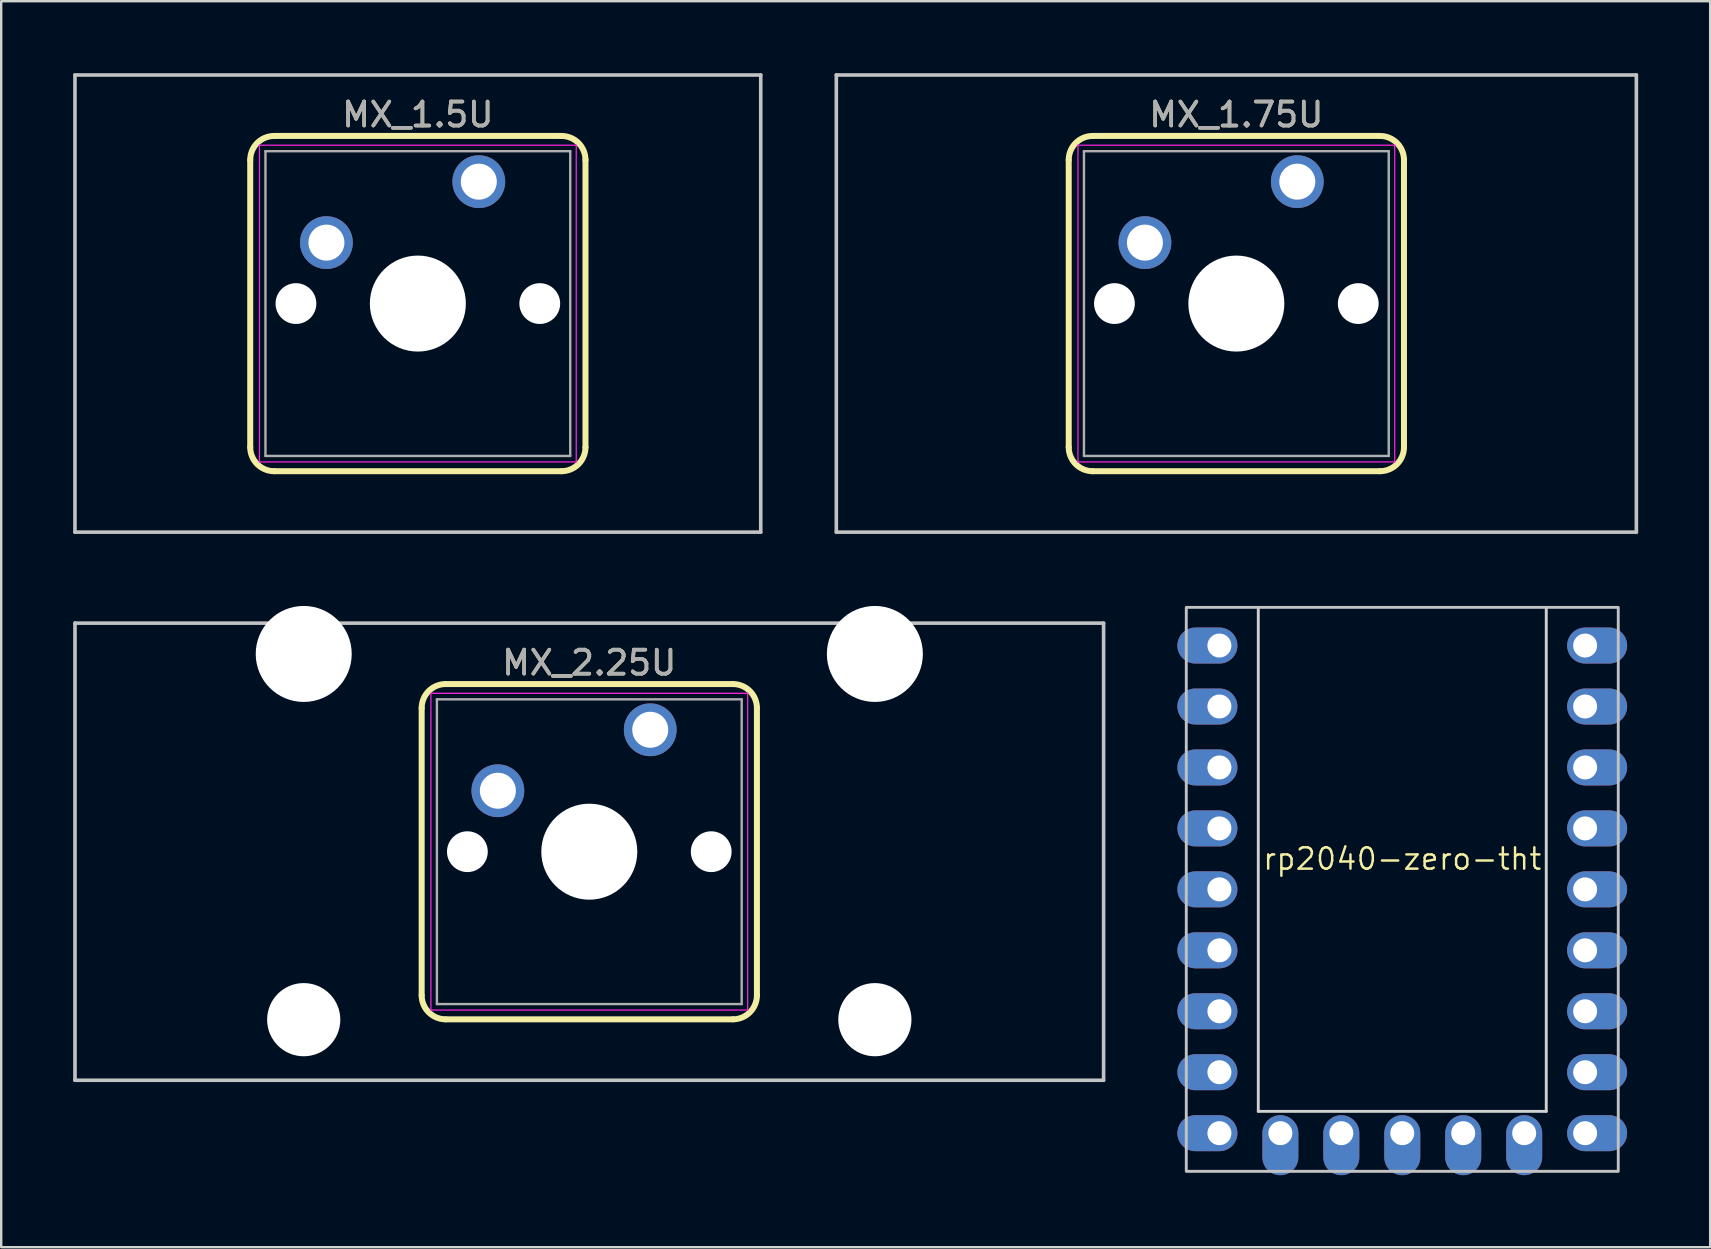
<source format=kicad_pcb>
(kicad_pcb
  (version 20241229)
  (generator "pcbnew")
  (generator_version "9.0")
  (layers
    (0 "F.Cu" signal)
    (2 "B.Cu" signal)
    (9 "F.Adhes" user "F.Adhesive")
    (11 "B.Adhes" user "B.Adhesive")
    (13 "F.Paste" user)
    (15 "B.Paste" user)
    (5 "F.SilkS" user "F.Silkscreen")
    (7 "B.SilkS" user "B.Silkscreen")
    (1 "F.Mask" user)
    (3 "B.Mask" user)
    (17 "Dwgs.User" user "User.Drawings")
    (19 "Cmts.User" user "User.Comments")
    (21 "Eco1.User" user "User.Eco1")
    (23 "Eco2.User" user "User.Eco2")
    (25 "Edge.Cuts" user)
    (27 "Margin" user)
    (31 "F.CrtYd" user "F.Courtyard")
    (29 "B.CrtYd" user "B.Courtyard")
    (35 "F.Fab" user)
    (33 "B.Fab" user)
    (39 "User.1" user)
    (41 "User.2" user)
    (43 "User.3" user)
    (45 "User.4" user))
  (footprint "MX_1.75U"
    (layer "F.Cu")
    (at 51.009 4.52)
    (property "Reference" "MX_1.75U" (at -2.54 -2.794 0) (layer "F.SilkS") (effects (font (size 1 1) (thickness 0.15))))
    (attr through_hole)
    (fp_line (start -9.525 11.065) (end -9.525 -0.905) (stroke (width 0.25) (type default)) (layer "F.SilkS"))
    (fp_line (start -8.525 -1.905) (end 3.445 -1.905) (stroke (width 0.25) (type default)) (layer "F.SilkS"))
    (fp_line (start 3.445 12.065) (end -8.525 12.065) (stroke (width 0.25) (type default)) (layer "F.SilkS"))
    (fp_line (start 4.445 -0.905) (end 4.445 11.065) (stroke (width 0.25) (type default)) (layer "F.SilkS"))
    (fp_arc (start -9.525 -0.905) (mid -9.232107 -1.612107) (end -8.525 -1.905) (stroke (width 0.25) (type default)) (layer "F.SilkS"))
    (fp_arc (start -8.525 12.065) (mid -9.232107 11.772107) (end -9.525 11.065) (stroke (width 0.25) (type default)) (layer "F.SilkS"))
    (fp_arc (start 3.445 -1.905) (mid 4.152107 -1.612107) (end 4.445 -0.905) (stroke (width 0.25) (type default)) (layer "F.SilkS"))
    (fp_arc (start 4.445 11.065) (mid 4.152107 11.772107) (end 3.445 12.065) (stroke (width 0.25) (type default)) (layer "F.SilkS"))
    (fp_line (start -19.209 -4.445) (end 14.129 -4.445) (stroke (width 0.15) (type solid)) (layer "Dwgs.User"))
    (fp_line (start -19.209 14.605) (end -19.209 -4.445) (stroke (width 0.15) (type solid)) (layer "Dwgs.User"))
    (fp_line (start 14.129 -4.445) (end 14.129 14.605) (stroke (width 0.15) (type solid)) (layer "Dwgs.User"))
    (fp_line (start 14.129 14.605) (end -19.209 14.605) (stroke (width 0.15) (type solid)) (layer "Dwgs.User"))
    (fp_line (start -9.14 -1.52) (end 4.06 -1.52) (stroke (width 0.05) (type solid)) (layer "F.CrtYd"))
    (fp_line (start -9.14 11.68) (end -9.14 -1.52) (stroke (width 0.05) (type solid)) (layer "F.CrtYd"))
    (fp_line (start 4.06 -1.52) (end 4.06 11.68) (stroke (width 0.05) (type solid)) (layer "F.CrtYd"))
    (fp_line (start 4.06 11.68) (end -9.14 11.68) (stroke (width 0.05) (type solid)) (layer "F.CrtYd"))
    (fp_line (start -8.89 -1.27) (end 3.81 -1.27) (stroke (width 0.1) (type solid)) (layer "F.Fab"))
    (fp_line (start -8.89 11.43) (end -8.89 -1.27) (stroke (width 0.1) (type solid)) (layer "F.Fab"))
    (fp_line (start 3.81 -1.27) (end 3.81 11.43) (stroke (width 0.1) (type solid)) (layer "F.Fab"))
    (fp_line (start 3.81 11.43) (end -8.89 11.43) (stroke (width 0.1) (type solid)) (layer "F.Fab"))
    (fp_text user "${REFERENCE}" (at -2.54 -2.794 0) (layer "F.Fab") (effects (font (size 1 1) (thickness 0.15))))
    (pad "" np_thru_hole circle (at -7.62 5.08) (size 1.7 1.7) (drill 1.7) (layers "*.Cu" "*.Mask"))
    (pad "" np_thru_hole circle (at -2.54 5.08) (size 4 4) (drill 4) (layers "*.Cu" "*.Mask"))
    (pad "" np_thru_hole circle (at 2.54 5.08) (size 1.7 1.7) (drill 1.7) (layers "*.Cu" "*.Mask"))
    (pad "1" thru_hole circle (at 0 0) (size 2.2 2.2) (drill 1.5) (layers "*.Cu" "*.Mask"))
    (pad "2" thru_hole circle (at -6.35 2.54) (size 2.2 2.2) (drill 1.5) (layers "*.Cu" "*.Mask")))
  (footprint "rp2040-zero-tht"
    (layer "F.Cu")
    (at 55.383 34.01)
    (property "Reference" "rp2040-zero-tht" (at 0 -1.27 0) (layer "F.SilkS") (effects (font (size 0.889 0.889) (thickness 0.102))))
    (attr through_hole exclude_from_pos_files)
    (fp_rect (start -9 -11.75) (end 9 11.75) (stroke (width 0.12) (type solid)) (fill no) (layer "Dwgs.User"))
    (fp_line (start -6 -11.75) (end -6 9.25) (stroke (width 0.12) (type solid)) (layer "Edge.Cuts"))
    (fp_line (start -6 9.25) (end 6 9.25) (stroke (width 0.12) (type solid)) (layer "Edge.Cuts"))
    (fp_line (start 6 9.25) (end 6 -11.75) (stroke (width 0.12) (type solid)) (layer "Edge.Cuts"))
    (pad "1" thru_hole oval (at 7.62 -10.16 180) (size 2.5 1.5) (drill 1 (offset -0.5 0)) (layers "*.Cu" "*.Mask"))
    (pad "2" thru_hole oval (at 7.62 -7.62 180) (size 2.5 1.5) (drill 1 (offset -0.5 0)) (layers "*.Cu" "*.Mask"))
    (pad "3" thru_hole oval (at 7.62 -5.08 180) (size 2.5 1.5) (drill 1 (offset -0.5 0)) (layers "*.Cu" "*.Mask"))
    (pad "4" thru_hole oval (at 7.62 -2.54 180) (size 2.5 1.5) (drill 1 (offset -0.5 0)) (layers "*.Cu" "*.Mask"))
    (pad "5" thru_hole oval (at 7.62 0 180) (size 2.5 1.5) (drill 1 (offset -0.5 0)) (layers "*.Cu" "*.Mask"))
    (pad "6" thru_hole oval (at 7.62 2.54 180) (size 2.5 1.5) (drill 1 (offset -0.5 0)) (layers "*.Cu" "*.Mask"))
    (pad "7" thru_hole oval (at 7.62 5.08 180) (size 2.5 1.5) (drill 1 (offset -0.5 0)) (layers "*.Cu" "*.Mask"))
    (pad "8" thru_hole oval (at 7.62 7.62 180) (size 2.5 1.5) (drill 1 (offset -0.5 0)) (layers "*.Cu" "*.Mask"))
    (pad "9" thru_hole oval (at 7.62 10.16 180) (size 2.5 1.5) (drill 1 (offset -0.5 0)) (layers "*.Cu" "*.Mask"))
    (pad "10" thru_hole oval (at 5.08 10.16 90) (size 2.5 1.5) (drill 1 (offset -0.5 0)) (layers "*.Cu" "*.Mask"))
    (pad "11" thru_hole oval (at 2.54 10.16 90) (size 2.5 1.5) (drill 1 (offset -0.5 0)) (layers "*.Cu" "*.Mask"))
    (pad "12" thru_hole oval (at 0 10.16 90) (size 2.5 1.5) (drill 1 (offset -0.5 0)) (layers "*.Cu" "*.Mask"))
    (pad "13" thru_hole oval (at -2.54 10.16 90) (size 2.5 1.5) (drill 1 (offset -0.5 0)) (layers "*.Cu" "*.Mask"))
    (pad "14" thru_hole oval (at -5.08 10.16 90) (size 2.5 1.5) (drill 1 (offset -0.5 0)) (layers "*.Cu" "*.Mask"))
    (pad "15" thru_hole oval (at -7.62 10.16) (size 2.5 1.5) (drill 1 (offset -0.5 0)) (layers "*.Cu" "*.Mask"))
    (pad "16" thru_hole oval (at -7.62 7.62) (size 2.5 1.5) (drill 1 (offset -0.5 0)) (layers "*.Cu" "*.Mask"))
    (pad "17" thru_hole oval (at -7.62 5.08) (size 2.5 1.5) (drill 1 (offset -0.5 0)) (layers "*.Cu" "*.Mask"))
    (pad "18" thru_hole oval (at -7.62 2.54) (size 2.5 1.5) (drill 1 (offset -0.5 0)) (layers "*.Cu" "*.Mask"))
    (pad "19" thru_hole oval (at -7.62 0) (size 2.5 1.5) (drill 1 (offset -0.5 0)) (layers "*.Cu" "*.Mask"))
    (pad "20" thru_hole oval (at -7.62 -2.54) (size 2.5 1.5) (drill 1 (offset -0.5 0)) (layers "*.Cu" "*.Mask"))
    (pad "21" thru_hole oval (at -7.62 -5.08) (size 2.5 1.5) (drill 1 (offset -0.5 0)) (layers "*.Cu" "*.Mask"))
    (pad "22" thru_hole oval (at -7.62 -7.62) (size 2.5 1.5) (drill 1 (offset -0.5 0)) (layers "*.Cu" "*.Mask"))
    (pad "23" thru_hole oval (at -7.62 -10.16) (size 2.5 1.5) (drill 1 (offset -0.5 0)) (layers "*.Cu" "*.Mask")))
  (footprint "MX_1.5U"
    (layer "F.Cu")
    (at 16.902 4.52)
    (property "Reference" "MX_1.5U" (at -2.54 -2.794 0) (layer "F.SilkS") (effects (font (size 1 1) (thickness 0.15))))
    (attr through_hole)
    (fp_line (start -9.525 11.065) (end -9.525 -0.905) (stroke (width 0.25) (type default)) (layer "F.SilkS"))
    (fp_line (start -8.525 -1.905) (end 3.445 -1.905) (stroke (width 0.25) (type default)) (layer "F.SilkS"))
    (fp_line (start 3.445 12.065) (end -8.525 12.065) (stroke (width 0.25) (type default)) (layer "F.SilkS"))
    (fp_line (start 4.445 -0.905) (end 4.445 11.065) (stroke (width 0.25) (type default)) (layer "F.SilkS"))
    (fp_arc (start -9.525 -0.905) (mid -9.232107 -1.612107) (end -8.525 -1.905) (stroke (width 0.25) (type default)) (layer "F.SilkS"))
    (fp_arc (start -8.525 12.065) (mid -9.232107 11.772107) (end -9.525 11.065) (stroke (width 0.25) (type default)) (layer "F.SilkS"))
    (fp_arc (start 3.445 -1.905) (mid 4.152107 -1.612107) (end 4.445 -0.905) (stroke (width 0.25) (type default)) (layer "F.SilkS"))
    (fp_arc (start 4.445 11.065) (mid 4.152107 11.772107) (end 3.445 12.065) (stroke (width 0.25) (type default)) (layer "F.SilkS"))
    (fp_line (start -16.828 -4.445) (end 11.748 -4.445) (stroke (width 0.15) (type solid)) (layer "Dwgs.User"))
    (fp_line (start -16.828 14.605) (end -16.828 -4.445) (stroke (width 0.15) (type solid)) (layer "Dwgs.User"))
    (fp_line (start 11.748 -4.445) (end 11.748 14.605) (stroke (width 0.15) (type solid)) (layer "Dwgs.User"))
    (fp_line (start 11.748 14.605) (end -16.828 14.605) (stroke (width 0.15) (type solid)) (layer "Dwgs.User"))
    (fp_line (start -9.14 -1.52) (end 4.06 -1.52) (stroke (width 0.05) (type solid)) (layer "F.CrtYd"))
    (fp_line (start -9.14 11.68) (end -9.14 -1.52) (stroke (width 0.05) (type solid)) (layer "F.CrtYd"))
    (fp_line (start 4.06 -1.52) (end 4.06 11.68) (stroke (width 0.05) (type solid)) (layer "F.CrtYd"))
    (fp_line (start 4.06 11.68) (end -9.14 11.68) (stroke (width 0.05) (type solid)) (layer "F.CrtYd"))
    (fp_line (start -8.89 -1.27) (end 3.81 -1.27) (stroke (width 0.1) (type solid)) (layer "F.Fab"))
    (fp_line (start -8.89 11.43) (end -8.89 -1.27) (stroke (width 0.1) (type solid)) (layer "F.Fab"))
    (fp_line (start 3.81 -1.27) (end 3.81 11.43) (stroke (width 0.1) (type solid)) (layer "F.Fab"))
    (fp_line (start 3.81 11.43) (end -8.89 11.43) (stroke (width 0.1) (type solid)) (layer "F.Fab"))
    (fp_text user "${REFERENCE}" (at -2.54 -2.794 0) (layer "F.Fab") (effects (font (size 1 1) (thickness 0.15))))
    (pad "" np_thru_hole circle (at -7.62 5.08) (size 1.7 1.7) (drill 1.7) (layers "*.Cu" "*.Mask"))
    (pad "" np_thru_hole circle (at -2.54 5.08) (size 4 4) (drill 4) (layers "*.Cu" "*.Mask"))
    (pad "" np_thru_hole circle (at 2.54 5.08) (size 1.7 1.7) (drill 1.7) (layers "*.Cu" "*.Mask"))
    (pad "1" thru_hole circle (at 0 0) (size 2.2 2.2) (drill 1.5) (layers "*.Cu" "*.Mask"))
    (pad "2" thru_hole circle (at -6.35 2.54) (size 2.2 2.2) (drill 1.5) (layers "*.Cu" "*.Mask")))
  (footprint "MX_2.25U"
    (layer "F.Cu")
    (at 24.046 27.36)
    (property "Reference" "MX_2.25U" (at -2.54 -2.794 0) (layer "F.SilkS") (effects (font (size 1 1) (thickness 0.15))))
    (attr through_hole)
    (fp_line (start -9.525 11.065) (end -9.525 -0.905) (stroke (width 0.25) (type default)) (layer "F.SilkS"))
    (fp_line (start -8.525 -1.905) (end 3.445 -1.905) (stroke (width 0.25) (type default)) (layer "F.SilkS"))
    (fp_line (start 3.445 12.065) (end -8.525 12.065) (stroke (width 0.25) (type default)) (layer "F.SilkS"))
    (fp_line (start 4.445 -0.905) (end 4.445 11.065) (stroke (width 0.25) (type default)) (layer "F.SilkS"))
    (fp_arc (start -9.525 -0.905) (mid -9.232107 -1.612107) (end -8.525 -1.905) (stroke (width 0.25) (type default)) (layer "F.SilkS"))
    (fp_arc (start -8.525 12.065) (mid -9.232107 11.772107) (end -9.525 11.065) (stroke (width 0.25) (type default)) (layer "F.SilkS"))
    (fp_arc (start 3.445 -1.905) (mid 4.152107 -1.612107) (end 4.445 -0.905) (stroke (width 0.25) (type default)) (layer "F.SilkS"))
    (fp_arc (start 4.445 11.065) (mid 4.152107 11.772107) (end 3.445 12.065) (stroke (width 0.25) (type default)) (layer "F.SilkS"))
    (fp_line (start -23.971 -4.445) (end 18.891 -4.445) (stroke (width 0.15) (type solid)) (layer "Dwgs.User"))
    (fp_line (start -23.971 14.605) (end -23.971 -4.445) (stroke (width 0.15) (type solid)) (layer "Dwgs.User"))
    (fp_line (start 18.891 -4.445) (end 18.891 14.605) (stroke (width 0.15) (type solid)) (layer "Dwgs.User"))
    (fp_line (start 18.891 14.605) (end -23.971 14.605) (stroke (width 0.15) (type solid)) (layer "Dwgs.User"))
    (fp_line (start -9.14 -1.52) (end 4.06 -1.52) (stroke (width 0.05) (type solid)) (layer "F.CrtYd"))
    (fp_line (start -9.14 11.68) (end -9.14 -1.52) (stroke (width 0.05) (type solid)) (layer "F.CrtYd"))
    (fp_line (start 4.06 -1.52) (end 4.06 11.68) (stroke (width 0.05) (type solid)) (layer "F.CrtYd"))
    (fp_line (start 4.06 11.68) (end -9.14 11.68) (stroke (width 0.05) (type solid)) (layer "F.CrtYd"))
    (fp_line (start -8.89 -1.27) (end 3.81 -1.27) (stroke (width 0.1) (type solid)) (layer "F.Fab"))
    (fp_line (start -8.89 11.43) (end -8.89 -1.27) (stroke (width 0.1) (type solid)) (layer "F.Fab"))
    (fp_line (start 3.81 -1.27) (end 3.81 11.43) (stroke (width 0.1) (type solid)) (layer "F.Fab"))
    (fp_line (start 3.81 11.43) (end -8.89 11.43) (stroke (width 0.1) (type solid)) (layer "F.Fab"))
    (fp_text user "${REFERENCE}" (at -2.54 -2.794 0) (layer "F.Fab") (effects (font (size 1 1) (thickness 0.15))))
    (pad "" np_thru_hole circle (at -14.44 -3.16 180) (size 4 4) (drill 4) (layers "*.Cu" "*.Mask"))
    (pad "" np_thru_hole circle (at -14.44 12.08 180) (size 3.05 3.05) (drill 3.05) (layers "*.Cu" "*.Mask"))
    (pad "" np_thru_hole circle (at -7.62 5.08) (size 1.7 1.7) (drill 1.7) (layers "*.Cu" "*.Mask"))
    (pad "" np_thru_hole circle (at -2.54 5.08) (size 4 4) (drill 4) (layers "*.Cu" "*.Mask"))
    (pad "" np_thru_hole circle (at 2.54 5.08) (size 1.7 1.7) (drill 1.7) (layers "*.Cu" "*.Mask"))
    (pad "" np_thru_hole circle (at 9.36 -3.16 180) (size 4 4) (drill 4) (layers "*.Cu" "*.Mask"))
    (pad "" np_thru_hole circle (at 9.36 12.08 180) (size 3.05 3.05) (drill 3.05) (layers "*.Cu" "*.Mask"))
    (pad "1" thru_hole circle (at 0 0) (size 2.2 2.2) (drill 1.5) (layers "*.Cu" "*.Mask"))
    (pad "2" thru_hole circle (at -6.35 2.54) (size 2.2 2.2) (drill 1.5) (layers "*.Cu" "*.Mask")))
  (gr_rect
    (start -3 -3)
    (end 68.213 48.92)
    (stroke (width 0.1) (type default))
    (fill no)
    (layer "Edge.Cuts")))
</source>
